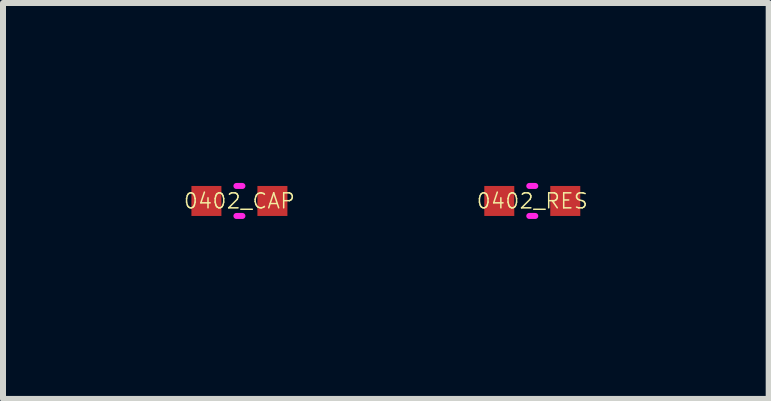
<source format=kicad_pcb>
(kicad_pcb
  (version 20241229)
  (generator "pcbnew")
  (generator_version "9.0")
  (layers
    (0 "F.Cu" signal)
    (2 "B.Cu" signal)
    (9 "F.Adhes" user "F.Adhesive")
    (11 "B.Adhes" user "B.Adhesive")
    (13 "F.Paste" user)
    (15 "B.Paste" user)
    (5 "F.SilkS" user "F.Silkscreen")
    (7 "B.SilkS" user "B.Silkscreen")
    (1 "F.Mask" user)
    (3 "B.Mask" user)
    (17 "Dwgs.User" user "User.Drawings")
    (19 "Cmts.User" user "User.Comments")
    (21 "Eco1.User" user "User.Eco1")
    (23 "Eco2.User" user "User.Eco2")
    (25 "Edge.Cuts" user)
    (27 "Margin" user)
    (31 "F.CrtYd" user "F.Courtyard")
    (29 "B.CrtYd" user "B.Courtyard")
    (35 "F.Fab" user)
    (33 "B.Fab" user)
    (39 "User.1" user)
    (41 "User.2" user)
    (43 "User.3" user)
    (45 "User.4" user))
  (footprint "0402_RES"
    (layer "F.Cu")
    (at 5.823 0.3)
    (property "Reference" "0402_RES" (at 0 0 0) (layer "F.SilkS") (effects (font (size 0.25 0.25) (thickness 0.025))))
    (attr smd)
    (fp_line (start -0.05 -0.25) (end 0.05 -0.25) (stroke (width 0.1) (type solid)) (layer "F.CrtYd"))
    (fp_line (start -0.05 0.25) (end 0.05 0.25) (stroke (width 0.1) (type solid)) (layer "F.CrtYd"))
    (pad "1" smd rect (at -0.55 0) (size 0.5 0.5) (layers "F.Cu" "F.Mask" "F.Paste"))
    (pad "2" smd rect (at 0.55 0) (size 0.5 0.5) (layers "F.Cu" "F.Mask" "F.Paste")))
  (footprint "0402_CAP"
    (layer "F.Cu")
    (at 0.941 0.3)
    (property "Reference" "0402_CAP" (at 0 0 0) (layer "F.SilkS") (effects (font (size 0.25 0.25) (thickness 0.025))))
    (attr smd)
    (fp_line (start -0.05 -0.25) (end 0.05 -0.25) (stroke (width 0.1) (type solid)) (layer "F.CrtYd"))
    (fp_line (start -0.05 0.25) (end 0.05 0.25) (stroke (width 0.1) (type solid)) (layer "F.CrtYd"))
    (pad "1" smd rect (at -0.55 0) (size 0.5 0.5) (layers "F.Cu" "F.Mask" "F.Paste"))
    (pad "2" smd rect (at 0.55 0) (size 0.5 0.5) (layers "F.Cu" "F.Mask" "F.Paste")))
  (gr_rect
    (start -3 -3)
    (end 9.764 3.6)
    (stroke (width 0.1) (type default))
    (fill no)
    (layer "Edge.Cuts")))
</source>
